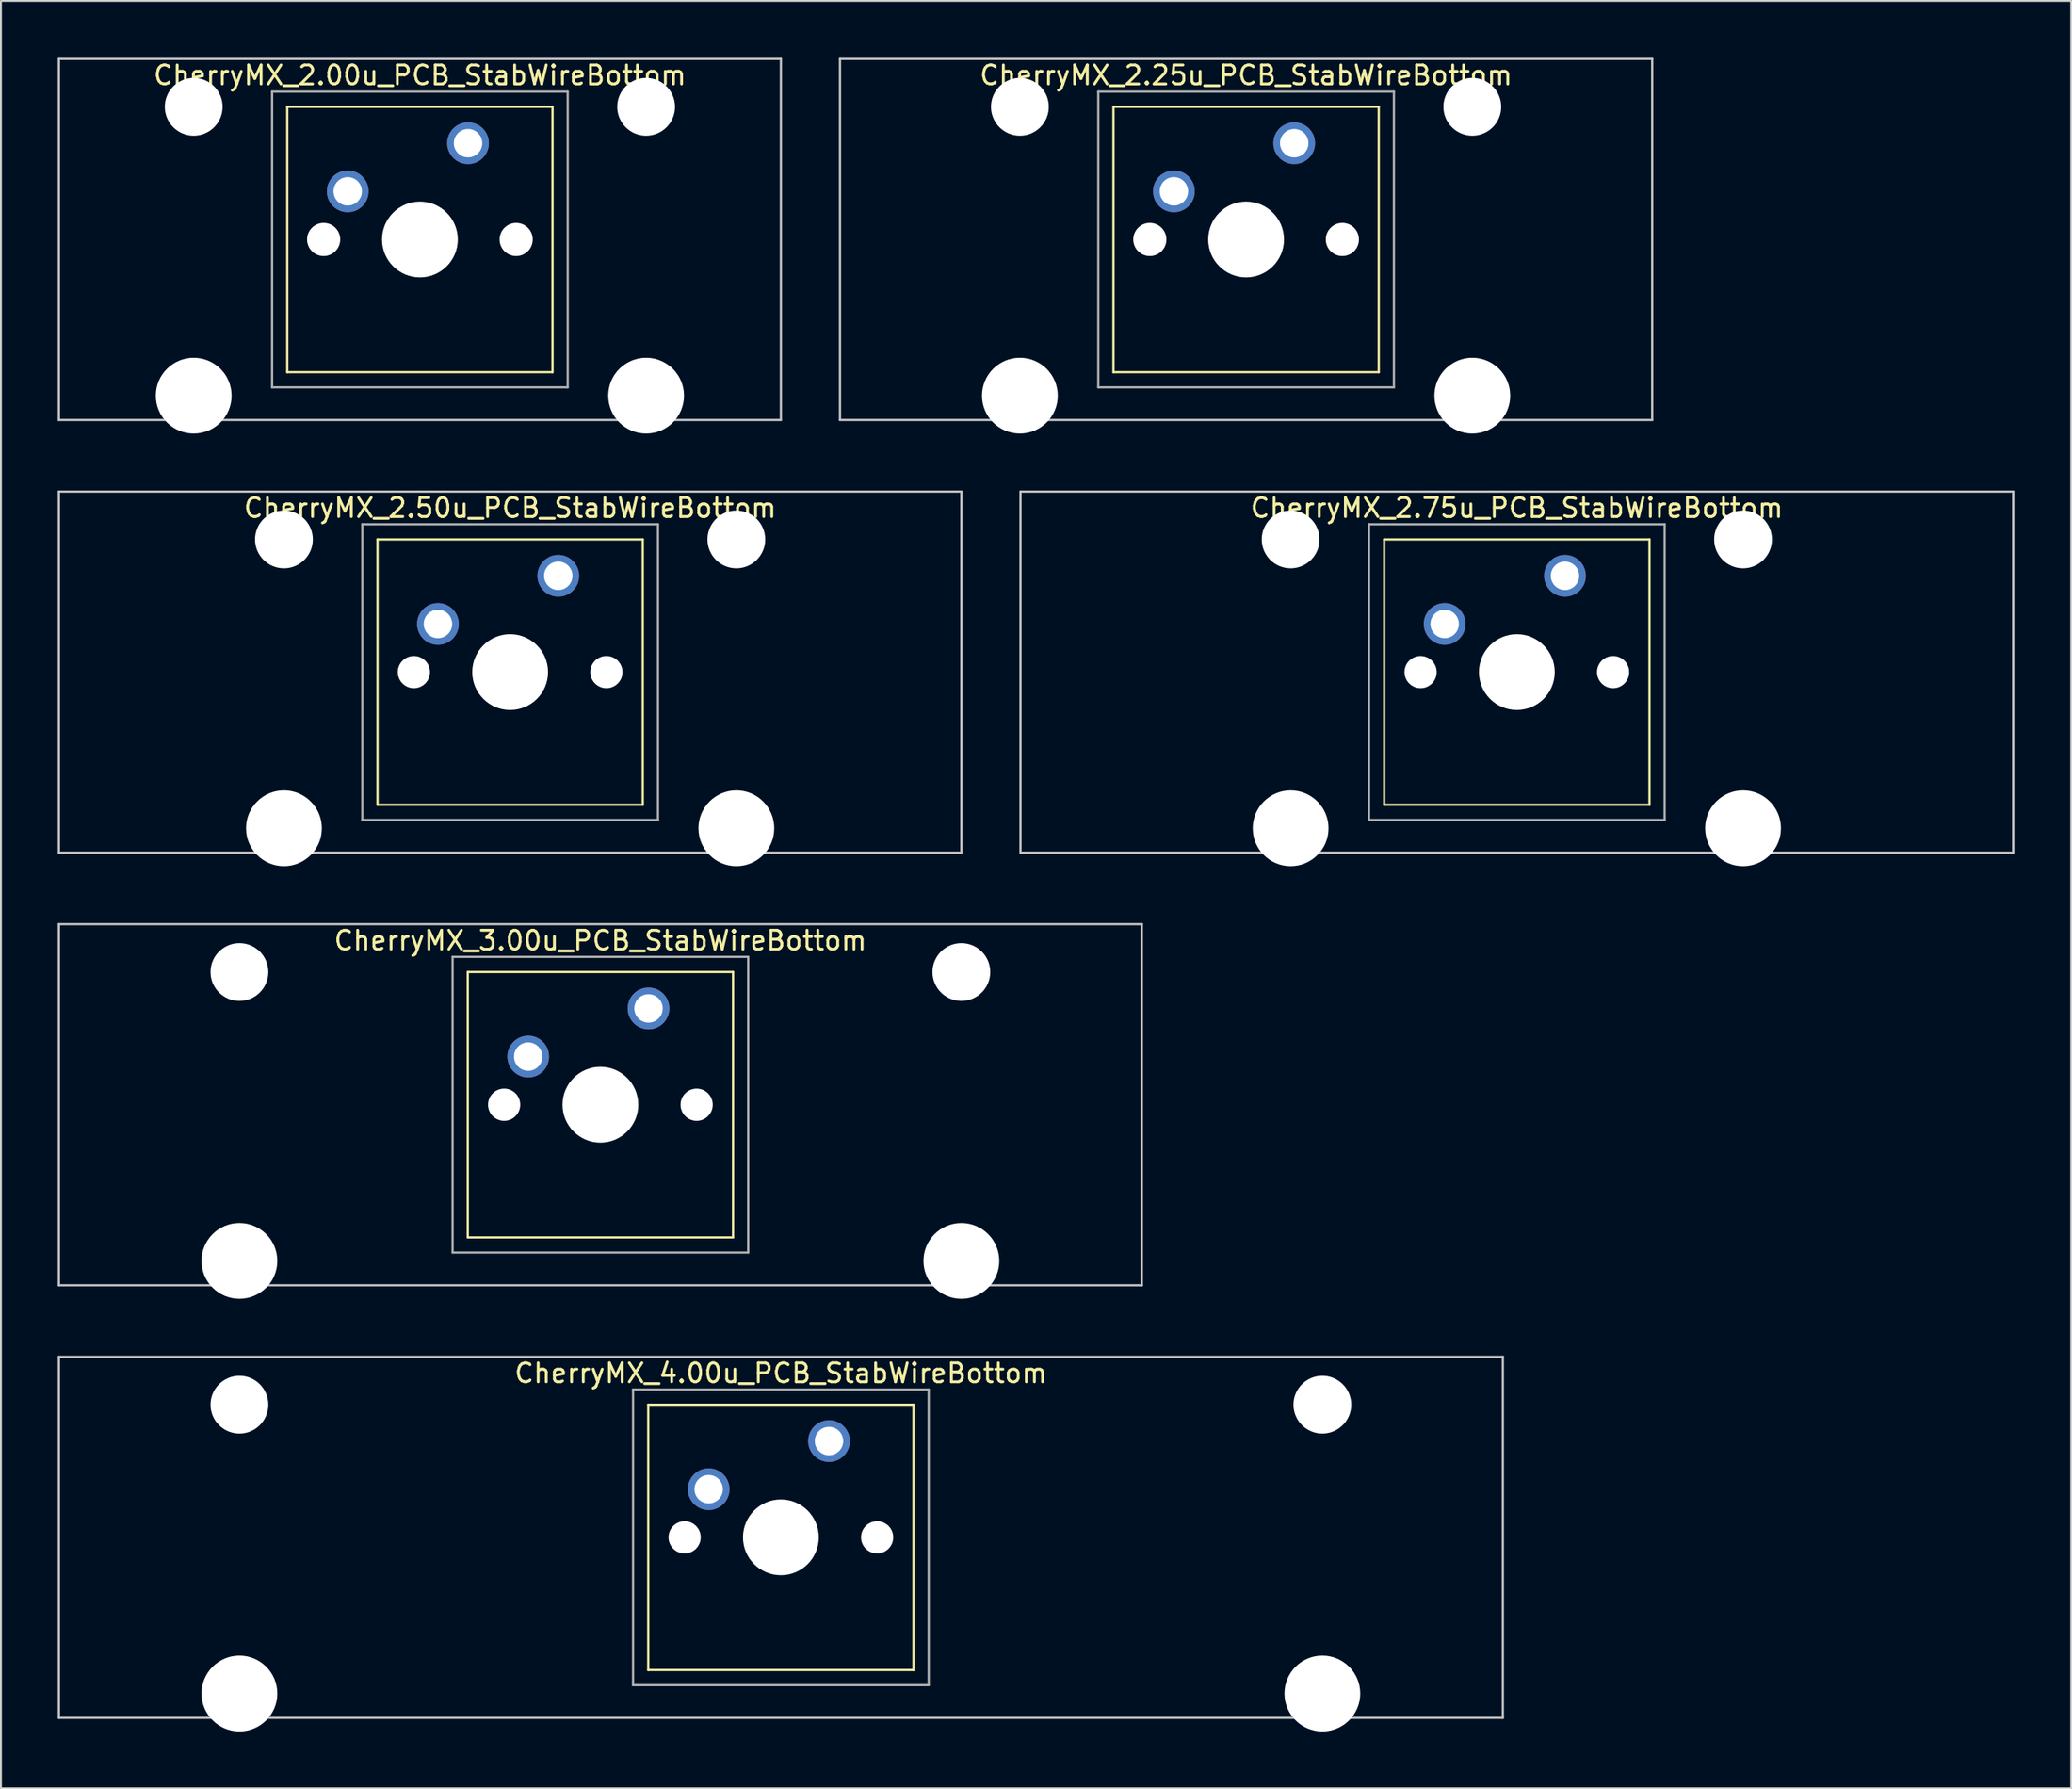
<source format=kicad_pcb>
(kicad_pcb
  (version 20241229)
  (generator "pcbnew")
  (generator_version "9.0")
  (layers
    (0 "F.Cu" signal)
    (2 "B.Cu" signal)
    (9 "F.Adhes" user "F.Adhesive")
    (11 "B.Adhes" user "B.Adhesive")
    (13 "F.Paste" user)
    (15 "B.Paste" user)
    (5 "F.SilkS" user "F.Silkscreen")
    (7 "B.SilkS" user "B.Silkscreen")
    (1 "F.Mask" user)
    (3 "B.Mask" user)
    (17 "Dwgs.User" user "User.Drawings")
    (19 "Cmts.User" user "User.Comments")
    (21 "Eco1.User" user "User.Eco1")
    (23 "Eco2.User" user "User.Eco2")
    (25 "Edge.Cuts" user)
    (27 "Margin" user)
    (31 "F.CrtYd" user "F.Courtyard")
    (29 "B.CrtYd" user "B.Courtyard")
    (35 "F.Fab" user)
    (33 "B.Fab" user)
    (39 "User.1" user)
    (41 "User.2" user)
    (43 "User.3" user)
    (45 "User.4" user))
  (footprint "CherryMX_2.25u_PCB_StabWireBottom"
    (layer "F.Cu")
    (at 62.711 9.585)
    (property "Reference" "CherryMX_2.25u_PCB_StabWireBottom" (at 0 -8.662 0) (layer "F.SilkS") (effects (font (size 1 1) (thickness 0.15))))
    (attr through_hole)
    (fp_line (start -7 -7) (end -7 7) (stroke (width 0.12) (type solid)) (layer "F.SilkS"))
    (fp_line (start -7 -7) (end 7 -7) (stroke (width 0.12) (type solid)) (layer "F.SilkS"))
    (fp_line (start 7 -7) (end 7 7) (stroke (width 0.12) (type solid)) (layer "F.SilkS"))
    (fp_line (start 7 7) (end -7 7) (stroke (width 0.12) (type solid)) (layer "F.SilkS"))
    (fp_line (start -21.431 -9.525) (end 21.431 -9.525) (stroke (width 0.12) (type solid)) (layer "Dwgs.User"))
    (fp_line (start -21.431 9.525) (end -21.431 -9.525) (stroke (width 0.12) (type solid)) (layer "Dwgs.User"))
    (fp_line (start 21.431 -9.525) (end 21.431 9.525) (stroke (width 0.12) (type solid)) (layer "Dwgs.User"))
    (fp_line (start 21.431 9.525) (end -21.431 9.525) (stroke (width 0.12) (type solid)) (layer "Dwgs.User"))
    (fp_line (start -7.8 -7.8) (end -7.8 7.8) (stroke (width 0.12) (type solid)) (layer "F.Fab"))
    (fp_line (start -7.8 -7.8) (end 7.8 -7.8) (stroke (width 0.12) (type solid)) (layer "F.Fab"))
    (fp_line (start -7.8 7.8) (end 7.8 7.8) (stroke (width 0.12) (type solid)) (layer "F.Fab"))
    (fp_line (start 7.8 -7.8) (end 7.8 7.8) (stroke (width 0.12) (type solid)) (layer "F.Fab"))
    (pad "" np_thru_hole circle (at -11.938 -7) (size 3.05 3.05) (drill 3.05) (layers "*.Cu" "*.Mask"))
    (pad "" np_thru_hole circle (at -11.938 8.24) (size 4 4) (drill 4) (layers "*.Cu" "*.Mask"))
    (pad "" np_thru_hole circle (at -5.08 0) (size 1.75 1.75) (drill 1.75) (layers "*.Cu" "*.Mask"))
    (pad "" np_thru_hole circle (at 0 0) (size 4 4) (drill 4) (layers "*.Cu" "*.Mask"))
    (pad "" np_thru_hole circle (at 5.08 0) (size 1.75 1.75) (drill 1.75) (layers "*.Cu" "*.Mask"))
    (pad "" np_thru_hole circle (at 11.938 -7) (size 3.05 3.05) (drill 3.05) (layers "*.Cu" "*.Mask"))
    (pad "" np_thru_hole circle (at 11.938 8.24) (size 4 4) (drill 4) (layers "*.Cu" "*.Mask"))
    (pad "1" thru_hole circle (at -3.81 -2.54) (size 2.2 2.2) (drill 1.5) (layers "*.Cu" "*.Mask"))
    (pad "2" thru_hole circle (at 2.54 -5.08) (size 2.2 2.2) (drill 1.5) (layers "*.Cu" "*.Mask")))
  (footprint "CherryMX_2.50u_PCB_StabWireBottom"
    (layer "F.Cu")
    (at 23.872 32.41)
    (property "Reference" "CherryMX_2.50u_PCB_StabWireBottom" (at 0 -8.662 0) (layer "F.SilkS") (effects (font (size 1 1) (thickness 0.15))))
    (attr through_hole)
    (fp_line (start -7 -7) (end -7 7) (stroke (width 0.12) (type solid)) (layer "F.SilkS"))
    (fp_line (start -7 -7) (end 7 -7) (stroke (width 0.12) (type solid)) (layer "F.SilkS"))
    (fp_line (start 7 -7) (end 7 7) (stroke (width 0.12) (type solid)) (layer "F.SilkS"))
    (fp_line (start 7 7) (end -7 7) (stroke (width 0.12) (type solid)) (layer "F.SilkS"))
    (fp_line (start -23.812 -9.525) (end 23.812 -9.525) (stroke (width 0.12) (type solid)) (layer "Dwgs.User"))
    (fp_line (start -23.812 9.525) (end -23.812 -9.525) (stroke (width 0.12) (type solid)) (layer "Dwgs.User"))
    (fp_line (start 23.812 -9.525) (end 23.812 9.525) (stroke (width 0.12) (type solid)) (layer "Dwgs.User"))
    (fp_line (start 23.812 9.525) (end -23.812 9.525) (stroke (width 0.12) (type solid)) (layer "Dwgs.User"))
    (fp_line (start -7.8 -7.8) (end -7.8 7.8) (stroke (width 0.12) (type solid)) (layer "F.Fab"))
    (fp_line (start -7.8 -7.8) (end 7.8 -7.8) (stroke (width 0.12) (type solid)) (layer "F.Fab"))
    (fp_line (start -7.8 7.8) (end 7.8 7.8) (stroke (width 0.12) (type solid)) (layer "F.Fab"))
    (fp_line (start 7.8 -7.8) (end 7.8 7.8) (stroke (width 0.12) (type solid)) (layer "F.Fab"))
    (pad "" np_thru_hole circle (at -11.938 -7) (size 3.05 3.05) (drill 3.05) (layers "*.Cu" "*.Mask"))
    (pad "" np_thru_hole circle (at -11.938 8.24) (size 4 4) (drill 4) (layers "*.Cu" "*.Mask"))
    (pad "" np_thru_hole circle (at -5.08 0) (size 1.7 1.7) (drill 1.7) (layers "*.Cu" "*.Mask"))
    (pad "" np_thru_hole circle (at 0 0) (size 4 4) (drill 4) (layers "*.Cu" "*.Mask"))
    (pad "" np_thru_hole circle (at 5.08 0) (size 1.7 1.7) (drill 1.7) (layers "*.Cu" "*.Mask"))
    (pad "" np_thru_hole circle (at 11.938 -7) (size 3.05 3.05) (drill 3.05) (layers "*.Cu" "*.Mask"))
    (pad "" np_thru_hole circle (at 11.938 8.24) (size 4 4) (drill 4) (layers "*.Cu" "*.Mask"))
    (pad "1" thru_hole circle (at -3.81 -2.54) (size 2.2 2.2) (drill 1.5) (layers "*.Cu" "*.Mask"))
    (pad "2" thru_hole circle (at 2.54 -5.08) (size 2.2 2.2) (drill 1.5) (layers "*.Cu" "*.Mask")))
  (footprint "CherryMX_4.00u_PCB_StabWireBottom"
    (layer "F.Cu")
    (at 38.16 78.06)
    (property "Reference" "CherryMX_4.00u_PCB_StabWireBottom" (at 0 -8.662 0) (layer "F.SilkS") (effects (font (size 1 1) (thickness 0.15))))
    (attr through_hole)
    (fp_line (start -7 -7) (end -7 7) (stroke (width 0.12) (type solid)) (layer "F.SilkS"))
    (fp_line (start -7 -7) (end 7 -7) (stroke (width 0.12) (type solid)) (layer "F.SilkS"))
    (fp_line (start 7 -7) (end 7 7) (stroke (width 0.12) (type solid)) (layer "F.SilkS"))
    (fp_line (start 7 7) (end -7 7) (stroke (width 0.12) (type solid)) (layer "F.SilkS"))
    (fp_line (start -38.1 -9.525) (end 38.1 -9.525) (stroke (width 0.12) (type solid)) (layer "Dwgs.User"))
    (fp_line (start -38.1 9.525) (end -38.1 -9.525) (stroke (width 0.12) (type solid)) (layer "Dwgs.User"))
    (fp_line (start 38.1 -9.525) (end 38.1 9.525) (stroke (width 0.12) (type solid)) (layer "Dwgs.User"))
    (fp_line (start 38.1 9.525) (end -38.1 9.525) (stroke (width 0.12) (type solid)) (layer "Dwgs.User"))
    (fp_line (start -7.8 -7.8) (end -7.8 7.8) (stroke (width 0.12) (type solid)) (layer "F.Fab"))
    (fp_line (start -7.8 -7.8) (end 7.8 -7.8) (stroke (width 0.12) (type solid)) (layer "F.Fab"))
    (fp_line (start -7.8 7.8) (end 7.8 7.8) (stroke (width 0.12) (type solid)) (layer "F.Fab"))
    (fp_line (start 7.8 -7.8) (end 7.8 7.8) (stroke (width 0.12) (type solid)) (layer "F.Fab"))
    (pad "" np_thru_hole circle (at -28.575 -7) (size 3.05 3.05) (drill 3.05) (layers "*.Cu" "*.Mask"))
    (pad "" np_thru_hole circle (at -28.575 8.24) (size 4 4) (drill 4) (layers "*.Cu" "*.Mask"))
    (pad "" np_thru_hole circle (at -5.08 0) (size 1.7 1.7) (drill 1.7) (layers "*.Cu" "*.Mask"))
    (pad "" np_thru_hole circle (at 0 0) (size 4 4) (drill 4) (layers "*.Cu" "*.Mask"))
    (pad "" np_thru_hole circle (at 5.08 0) (size 1.7 1.7) (drill 1.7) (layers "*.Cu" "*.Mask"))
    (pad "" np_thru_hole circle (at 28.575 -7) (size 3.05 3.05) (drill 3.05) (layers "*.Cu" "*.Mask"))
    (pad "" np_thru_hole circle (at 28.575 8.24) (size 4 4) (drill 4) (layers "*.Cu" "*.Mask"))
    (pad "1" thru_hole circle (at -3.81 -2.54) (size 2.2 2.2) (drill 1.5) (layers "*.Cu" "*.Mask"))
    (pad "2" thru_hole circle (at 2.54 -5.08) (size 2.2 2.2) (drill 1.5) (layers "*.Cu" "*.Mask")))
  (footprint "CherryMX_2.75u_PCB_StabWireBottom"
    (layer "F.Cu")
    (at 76.999 32.41)
    (property "Reference" "CherryMX_2.75u_PCB_StabWireBottom" (at 0 -8.662 0) (layer "F.SilkS") (effects (font (size 1 1) (thickness 0.15))))
    (attr through_hole)
    (fp_line (start -7 -7) (end -7 7) (stroke (width 0.12) (type solid)) (layer "F.SilkS"))
    (fp_line (start -7 -7) (end 7 -7) (stroke (width 0.12) (type solid)) (layer "F.SilkS"))
    (fp_line (start 7 -7) (end 7 7) (stroke (width 0.12) (type solid)) (layer "F.SilkS"))
    (fp_line (start 7 7) (end -7 7) (stroke (width 0.12) (type solid)) (layer "F.SilkS"))
    (fp_line (start -26.194 -9.525) (end 26.194 -9.525) (stroke (width 0.12) (type solid)) (layer "Dwgs.User"))
    (fp_line (start -26.194 9.525) (end -26.194 -9.525) (stroke (width 0.12) (type solid)) (layer "Dwgs.User"))
    (fp_line (start 26.194 -9.525) (end 26.194 9.525) (stroke (width 0.12) (type solid)) (layer "Dwgs.User"))
    (fp_line (start 26.194 9.525) (end -26.194 9.525) (stroke (width 0.12) (type solid)) (layer "Dwgs.User"))
    (fp_line (start -7.8 -7.8) (end -7.8 7.8) (stroke (width 0.12) (type solid)) (layer "F.Fab"))
    (fp_line (start -7.8 -7.8) (end 7.8 -7.8) (stroke (width 0.12) (type solid)) (layer "F.Fab"))
    (fp_line (start -7.8 7.8) (end 7.8 7.8) (stroke (width 0.12) (type solid)) (layer "F.Fab"))
    (fp_line (start 7.8 -7.8) (end 7.8 7.8) (stroke (width 0.12) (type solid)) (layer "F.Fab"))
    (pad "" np_thru_hole circle (at -11.938 -7) (size 3.05 3.05) (drill 3.05) (layers "*.Cu" "*.Mask"))
    (pad "" np_thru_hole circle (at -11.938 8.24) (size 4 4) (drill 4) (layers "*.Cu" "*.Mask"))
    (pad "" np_thru_hole circle (at -5.08 0) (size 1.7 1.7) (drill 1.7) (layers "*.Cu" "*.Mask"))
    (pad "" np_thru_hole circle (at 0 0) (size 4 4) (drill 4) (layers "*.Cu" "*.Mask"))
    (pad "" np_thru_hole circle (at 5.08 0) (size 1.7 1.7) (drill 1.7) (layers "*.Cu" "*.Mask"))
    (pad "" np_thru_hole circle (at 11.938 -7) (size 3.05 3.05) (drill 3.05) (layers "*.Cu" "*.Mask"))
    (pad "" np_thru_hole circle (at 11.938 8.24) (size 4 4) (drill 4) (layers "*.Cu" "*.Mask"))
    (pad "1" thru_hole circle (at -3.81 -2.54) (size 2.2 2.2) (drill 1.5) (layers "*.Cu" "*.Mask"))
    (pad "2" thru_hole circle (at 2.54 -5.08) (size 2.2 2.2) (drill 1.5) (layers "*.Cu" "*.Mask")))
  (footprint "CherryMX_3.00u_PCB_StabWireBottom"
    (layer "F.Cu")
    (at 28.635 55.235)
    (property "Reference" "CherryMX_3.00u_PCB_StabWireBottom" (at 0 -8.662 0) (layer "F.SilkS") (effects (font (size 1 1) (thickness 0.15))))
    (attr through_hole)
    (fp_line (start -7 -7) (end -7 7) (stroke (width 0.12) (type solid)) (layer "F.SilkS"))
    (fp_line (start -7 -7) (end 7 -7) (stroke (width 0.12) (type solid)) (layer "F.SilkS"))
    (fp_line (start 7 -7) (end 7 7) (stroke (width 0.12) (type solid)) (layer "F.SilkS"))
    (fp_line (start 7 7) (end -7 7) (stroke (width 0.12) (type solid)) (layer "F.SilkS"))
    (fp_line (start -28.575 -9.525) (end 28.575 -9.525) (stroke (width 0.12) (type solid)) (layer "Dwgs.User"))
    (fp_line (start -28.575 9.525) (end -28.575 -9.525) (stroke (width 0.12) (type solid)) (layer "Dwgs.User"))
    (fp_line (start 28.575 -9.525) (end 28.575 9.525) (stroke (width 0.12) (type solid)) (layer "Dwgs.User"))
    (fp_line (start 28.575 9.525) (end -28.575 9.525) (stroke (width 0.12) (type solid)) (layer "Dwgs.User"))
    (fp_line (start -7.8 -7.8) (end -7.8 7.8) (stroke (width 0.12) (type solid)) (layer "F.Fab"))
    (fp_line (start -7.8 -7.8) (end 7.8 -7.8) (stroke (width 0.12) (type solid)) (layer "F.Fab"))
    (fp_line (start -7.8 7.8) (end 7.8 7.8) (stroke (width 0.12) (type solid)) (layer "F.Fab"))
    (fp_line (start 7.8 -7.8) (end 7.8 7.8) (stroke (width 0.12) (type solid)) (layer "F.Fab"))
    (pad "" np_thru_hole circle (at -19.05 -7) (size 3.05 3.05) (drill 3.05) (layers "*.Cu" "*.Mask"))
    (pad "" np_thru_hole circle (at -19.05 8.24) (size 4 4) (drill 4) (layers "*.Cu" "*.Mask"))
    (pad "" np_thru_hole circle (at -5.08 0) (size 1.7 1.7) (drill 1.7) (layers "*.Cu" "*.Mask"))
    (pad "" np_thru_hole circle (at 0 0) (size 4 4) (drill 4) (layers "*.Cu" "*.Mask"))
    (pad "" np_thru_hole circle (at 5.08 0) (size 1.7 1.7) (drill 1.7) (layers "*.Cu" "*.Mask"))
    (pad "" np_thru_hole circle (at 19.05 -7) (size 3.05 3.05) (drill 3.05) (layers "*.Cu" "*.Mask"))
    (pad "" np_thru_hole circle (at 19.05 8.24) (size 4 4) (drill 4) (layers "*.Cu" "*.Mask"))
    (pad "1" thru_hole circle (at -3.81 -2.54) (size 2.2 2.2) (drill 1.5) (layers "*.Cu" "*.Mask"))
    (pad "2" thru_hole circle (at 2.54 -5.08) (size 2.2 2.2) (drill 1.5) (layers "*.Cu" "*.Mask")))
  (footprint "CherryMX_2.00u_PCB_StabWireBottom"
    (layer "F.Cu")
    (at 19.11 9.585)
    (property "Reference" "CherryMX_2.00u_PCB_StabWireBottom" (at 0 -8.662 0) (layer "F.SilkS") (effects (font (size 1 1) (thickness 0.15))))
    (attr through_hole)
    (fp_line (start -7 -7) (end -7 7) (stroke (width 0.12) (type solid)) (layer "F.SilkS"))
    (fp_line (start -7 -7) (end 7 -7) (stroke (width 0.12) (type solid)) (layer "F.SilkS"))
    (fp_line (start 7 -7) (end 7 7) (stroke (width 0.12) (type solid)) (layer "F.SilkS"))
    (fp_line (start 7 7) (end -7 7) (stroke (width 0.12) (type solid)) (layer "F.SilkS"))
    (fp_line (start -19.05 -9.525) (end 19.05 -9.525) (stroke (width 0.12) (type solid)) (layer "Dwgs.User"))
    (fp_line (start -19.05 9.525) (end -19.05 -9.525) (stroke (width 0.12) (type solid)) (layer "Dwgs.User"))
    (fp_line (start 19.05 -9.525) (end 19.05 9.525) (stroke (width 0.12) (type solid)) (layer "Dwgs.User"))
    (fp_line (start 19.05 9.525) (end -19.05 9.525) (stroke (width 0.12) (type solid)) (layer "Dwgs.User"))
    (fp_line (start -7.8 -7.8) (end -7.8 7.8) (stroke (width 0.12) (type solid)) (layer "F.Fab"))
    (fp_line (start -7.8 -7.8) (end 7.8 -7.8) (stroke (width 0.12) (type solid)) (layer "F.Fab"))
    (fp_line (start -7.8 7.8) (end 7.8 7.8) (stroke (width 0.12) (type solid)) (layer "F.Fab"))
    (fp_line (start 7.8 -7.8) (end 7.8 7.8) (stroke (width 0.12) (type solid)) (layer "F.Fab"))
    (pad "" np_thru_hole circle (at -11.938 -7) (size 3.05 3.05) (drill 3.05) (layers "*.Cu" "*.Mask"))
    (pad "" np_thru_hole circle (at -11.938 8.24) (size 4 4) (drill 4) (layers "*.Cu" "*.Mask"))
    (pad "" np_thru_hole circle (at -5.08 0) (size 1.75 1.75) (drill 1.75) (layers "*.Cu" "*.Mask"))
    (pad "" np_thru_hole circle (at 0 0) (size 4 4) (drill 4) (layers "*.Cu" "*.Mask"))
    (pad "" np_thru_hole circle (at 5.08 0) (size 1.75 1.75) (drill 1.75) (layers "*.Cu" "*.Mask"))
    (pad "" np_thru_hole circle (at 11.938 -7) (size 3.05 3.05) (drill 3.05) (layers "*.Cu" "*.Mask"))
    (pad "" np_thru_hole circle (at 11.938 8.24) (size 4 4) (drill 4) (layers "*.Cu" "*.Mask"))
    (pad "1" thru_hole circle (at -3.81 -2.54) (size 2.2 2.2) (drill 1.5) (layers "*.Cu" "*.Mask"))
    (pad "2" thru_hole circle (at 2.54 -5.08) (size 2.2 2.2) (drill 1.5) (layers "*.Cu" "*.Mask")))
  (gr_rect
    (start -3 -3)
    (end 106.252 91.3)
    (stroke (width 0.1) (type default))
    (fill no)
    (layer "Edge.Cuts")))
</source>
